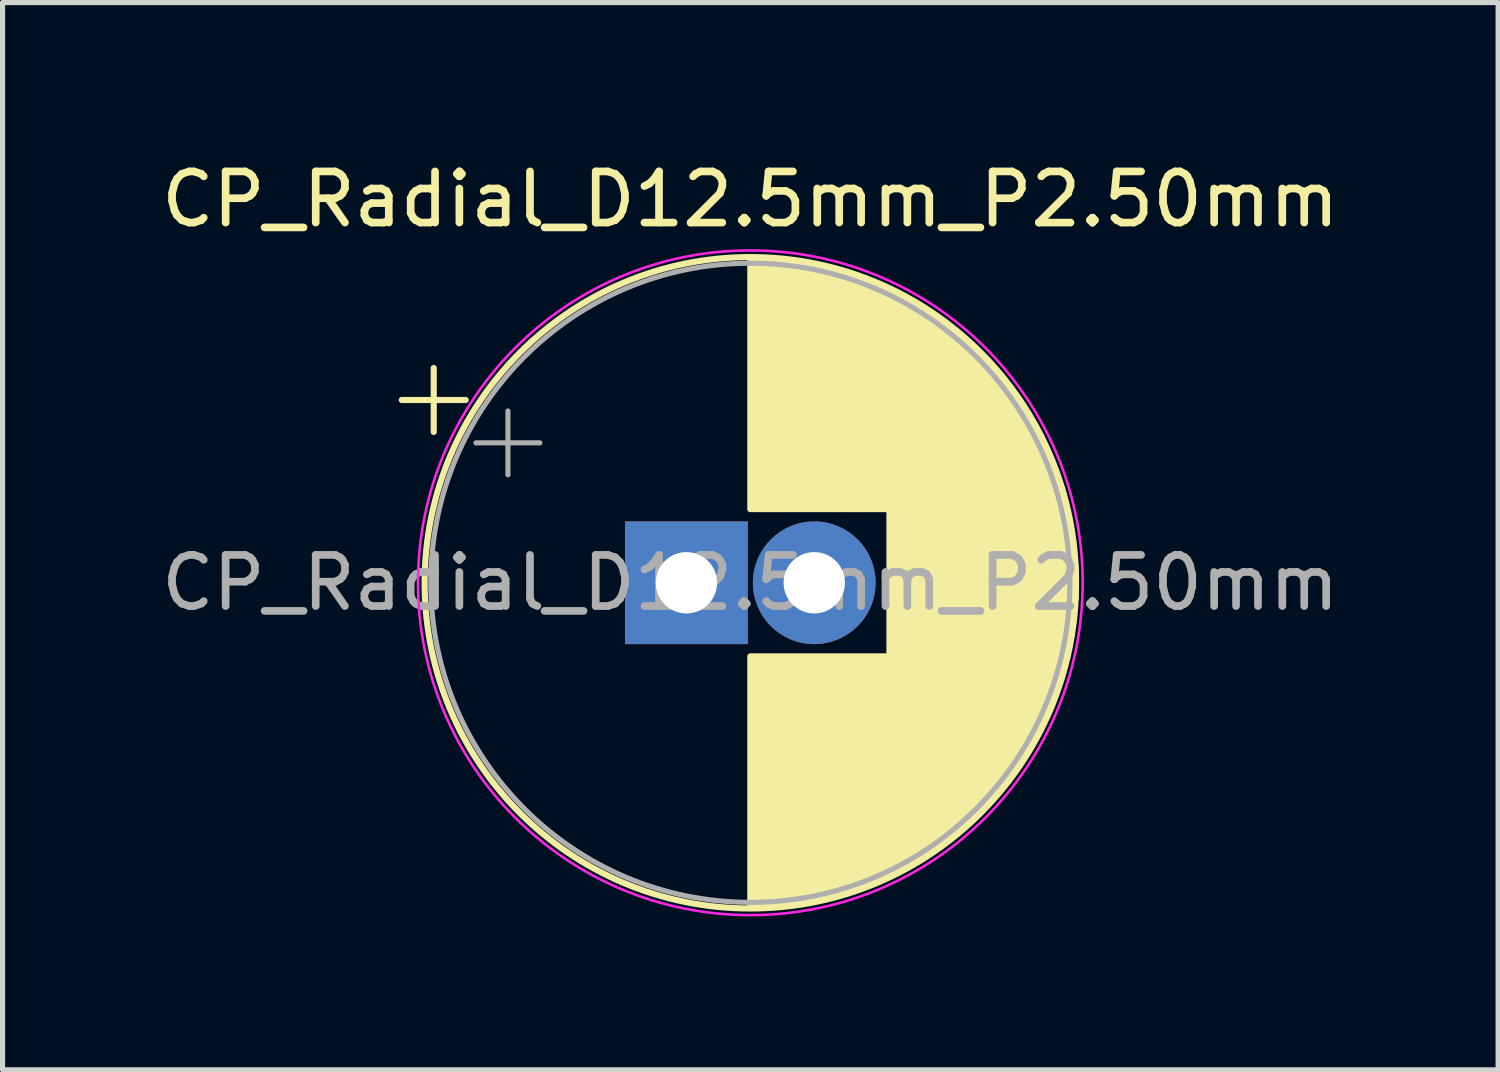
<source format=kicad_pcb>
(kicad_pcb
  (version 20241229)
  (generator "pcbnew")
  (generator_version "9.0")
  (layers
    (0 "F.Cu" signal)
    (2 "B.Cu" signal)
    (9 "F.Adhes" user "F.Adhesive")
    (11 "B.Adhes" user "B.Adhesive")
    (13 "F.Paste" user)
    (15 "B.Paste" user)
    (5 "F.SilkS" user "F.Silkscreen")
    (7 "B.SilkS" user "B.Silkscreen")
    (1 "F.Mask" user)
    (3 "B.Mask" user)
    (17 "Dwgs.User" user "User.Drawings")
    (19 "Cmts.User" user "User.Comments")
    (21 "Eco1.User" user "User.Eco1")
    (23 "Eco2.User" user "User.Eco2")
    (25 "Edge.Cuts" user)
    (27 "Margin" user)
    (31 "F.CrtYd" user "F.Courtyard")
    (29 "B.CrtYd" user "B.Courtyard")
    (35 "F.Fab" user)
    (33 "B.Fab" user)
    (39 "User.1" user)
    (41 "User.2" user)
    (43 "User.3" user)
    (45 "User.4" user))
  (footprint "CP_Radial_D12.5mm_P2.50mm"
    (layer "F.Cu")
    (at 10.375 8.348)
    (property "Reference" "CP_Radial_D12.5mm_P2.50mm" (at 1.25 -7.5 0) (layer "F.SilkS") (effects (font (size 1 1) (thickness 0.15))))
    (attr through_hole)
    (fp_line (start -5.567 -3.575) (end -4.317 -3.575) (stroke (width 0.12) (type solid)) (layer "F.SilkS"))
    (fp_line (start -4.942 -4.2) (end -4.942 -2.95) (stroke (width 0.12) (type solid)) (layer "F.SilkS"))
    (fp_line (start 1.25 -6.33) (end 1.25 -1.44) (stroke (width 0.12) (type solid)) (layer "F.SilkS"))
    (fp_line (start 1.25 1.44) (end 1.25 6.33) (stroke (width 0.12) (type solid)) (layer "F.SilkS"))
    (fp_line (start 1.29 -6.33) (end 1.29 -1.44) (stroke (width 0.12) (type solid)) (layer "F.SilkS"))
    (fp_line (start 1.29 1.44) (end 1.29 6.33) (stroke (width 0.12) (type solid)) (layer "F.SilkS"))
    (fp_line (start 1.33 -6.33) (end 1.33 -1.44) (stroke (width 0.12) (type solid)) (layer "F.SilkS"))
    (fp_line (start 1.33 1.44) (end 1.33 6.33) (stroke (width 0.12) (type solid)) (layer "F.SilkS"))
    (fp_line (start 1.37 -6.329) (end 1.37 -1.44) (stroke (width 0.12) (type solid)) (layer "F.SilkS"))
    (fp_line (start 1.37 1.44) (end 1.37 6.329) (stroke (width 0.12) (type solid)) (layer "F.SilkS"))
    (fp_line (start 1.41 -6.328) (end 1.41 -1.44) (stroke (width 0.12) (type solid)) (layer "F.SilkS"))
    (fp_line (start 1.41 1.44) (end 1.41 6.328) (stroke (width 0.12) (type solid)) (layer "F.SilkS"))
    (fp_line (start 1.45 -6.327) (end 1.45 -1.44) (stroke (width 0.12) (type solid)) (layer "F.SilkS"))
    (fp_line (start 1.45 1.44) (end 1.45 6.327) (stroke (width 0.12) (type solid)) (layer "F.SilkS"))
    (fp_line (start 1.49 -6.326) (end 1.49 -1.44) (stroke (width 0.12) (type solid)) (layer "F.SilkS"))
    (fp_line (start 1.49 1.44) (end 1.49 6.326) (stroke (width 0.12) (type solid)) (layer "F.SilkS"))
    (fp_line (start 1.53 -6.324) (end 1.53 -1.44) (stroke (width 0.12) (type solid)) (layer "F.SilkS"))
    (fp_line (start 1.53 1.44) (end 1.53 6.324) (stroke (width 0.12) (type solid)) (layer "F.SilkS"))
    (fp_line (start 1.57 -6.322) (end 1.57 -1.44) (stroke (width 0.12) (type solid)) (layer "F.SilkS"))
    (fp_line (start 1.57 1.44) (end 1.57 6.322) (stroke (width 0.12) (type solid)) (layer "F.SilkS"))
    (fp_line (start 1.61 -6.32) (end 1.61 -1.44) (stroke (width 0.12) (type solid)) (layer "F.SilkS"))
    (fp_line (start 1.61 1.44) (end 1.61 6.32) (stroke (width 0.12) (type solid)) (layer "F.SilkS"))
    (fp_line (start 1.65 -6.318) (end 1.65 -1.44) (stroke (width 0.12) (type solid)) (layer "F.SilkS"))
    (fp_line (start 1.65 1.44) (end 1.65 6.318) (stroke (width 0.12) (type solid)) (layer "F.SilkS"))
    (fp_line (start 1.69 -6.315) (end 1.69 -1.44) (stroke (width 0.12) (type solid)) (layer "F.SilkS"))
    (fp_line (start 1.69 1.44) (end 1.69 6.315) (stroke (width 0.12) (type solid)) (layer "F.SilkS"))
    (fp_line (start 1.73 -6.312) (end 1.73 -1.44) (stroke (width 0.12) (type solid)) (layer "F.SilkS"))
    (fp_line (start 1.73 1.44) (end 1.73 6.312) (stroke (width 0.12) (type solid)) (layer "F.SilkS"))
    (fp_line (start 1.77 -6.309) (end 1.77 -1.44) (stroke (width 0.12) (type solid)) (layer "F.SilkS"))
    (fp_line (start 1.77 1.44) (end 1.77 6.309) (stroke (width 0.12) (type solid)) (layer "F.SilkS"))
    (fp_line (start 1.81 -6.306) (end 1.81 -1.44) (stroke (width 0.12) (type solid)) (layer "F.SilkS"))
    (fp_line (start 1.81 1.44) (end 1.81 6.306) (stroke (width 0.12) (type solid)) (layer "F.SilkS"))
    (fp_line (start 1.85 -6.302) (end 1.85 -1.44) (stroke (width 0.12) (type solid)) (layer "F.SilkS"))
    (fp_line (start 1.85 1.44) (end 1.85 6.302) (stroke (width 0.12) (type solid)) (layer "F.SilkS"))
    (fp_line (start 1.89 -6.298) (end 1.89 -1.44) (stroke (width 0.12) (type solid)) (layer "F.SilkS"))
    (fp_line (start 1.89 1.44) (end 1.89 6.298) (stroke (width 0.12) (type solid)) (layer "F.SilkS"))
    (fp_line (start 1.93 -6.294) (end 1.93 -1.44) (stroke (width 0.12) (type solid)) (layer "F.SilkS"))
    (fp_line (start 1.93 1.44) (end 1.93 6.294) (stroke (width 0.12) (type solid)) (layer "F.SilkS"))
    (fp_line (start 1.971 -6.29) (end 1.971 -1.44) (stroke (width 0.12) (type solid)) (layer "F.SilkS"))
    (fp_line (start 1.971 1.44) (end 1.971 6.29) (stroke (width 0.12) (type solid)) (layer "F.SilkS"))
    (fp_line (start 2.011 -6.285) (end 2.011 -1.44) (stroke (width 0.12) (type solid)) (layer "F.SilkS"))
    (fp_line (start 2.011 1.44) (end 2.011 6.285) (stroke (width 0.12) (type solid)) (layer "F.SilkS"))
    (fp_line (start 2.051 -6.28) (end 2.051 -1.44) (stroke (width 0.12) (type solid)) (layer "F.SilkS"))
    (fp_line (start 2.051 1.44) (end 2.051 6.28) (stroke (width 0.12) (type solid)) (layer "F.SilkS"))
    (fp_line (start 2.091 -6.275) (end 2.091 -1.44) (stroke (width 0.12) (type solid)) (layer "F.SilkS"))
    (fp_line (start 2.091 1.44) (end 2.091 6.275) (stroke (width 0.12) (type solid)) (layer "F.SilkS"))
    (fp_line (start 2.131 -6.269) (end 2.131 -1.44) (stroke (width 0.12) (type solid)) (layer "F.SilkS"))
    (fp_line (start 2.131 1.44) (end 2.131 6.269) (stroke (width 0.12) (type solid)) (layer "F.SilkS"))
    (fp_line (start 2.171 -6.264) (end 2.171 -1.44) (stroke (width 0.12) (type solid)) (layer "F.SilkS"))
    (fp_line (start 2.171 1.44) (end 2.171 6.264) (stroke (width 0.12) (type solid)) (layer "F.SilkS"))
    (fp_line (start 2.211 -6.258) (end 2.211 -1.44) (stroke (width 0.12) (type solid)) (layer "F.SilkS"))
    (fp_line (start 2.211 1.44) (end 2.211 6.258) (stroke (width 0.12) (type solid)) (layer "F.SilkS"))
    (fp_line (start 2.251 -6.252) (end 2.251 -1.44) (stroke (width 0.12) (type solid)) (layer "F.SilkS"))
    (fp_line (start 2.251 1.44) (end 2.251 6.252) (stroke (width 0.12) (type solid)) (layer "F.SilkS"))
    (fp_line (start 2.291 -6.245) (end 2.291 -1.44) (stroke (width 0.12) (type solid)) (layer "F.SilkS"))
    (fp_line (start 2.291 1.44) (end 2.291 6.245) (stroke (width 0.12) (type solid)) (layer "F.SilkS"))
    (fp_line (start 2.331 -6.238) (end 2.331 -1.44) (stroke (width 0.12) (type solid)) (layer "F.SilkS"))
    (fp_line (start 2.331 1.44) (end 2.331 6.238) (stroke (width 0.12) (type solid)) (layer "F.SilkS"))
    (fp_line (start 2.371 -6.231) (end 2.371 -1.44) (stroke (width 0.12) (type solid)) (layer "F.SilkS"))
    (fp_line (start 2.371 1.44) (end 2.371 6.231) (stroke (width 0.12) (type solid)) (layer "F.SilkS"))
    (fp_line (start 2.411 -6.224) (end 2.411 -1.44) (stroke (width 0.12) (type solid)) (layer "F.SilkS"))
    (fp_line (start 2.411 1.44) (end 2.411 6.224) (stroke (width 0.12) (type solid)) (layer "F.SilkS"))
    (fp_line (start 2.451 -6.216) (end 2.451 -1.44) (stroke (width 0.12) (type solid)) (layer "F.SilkS"))
    (fp_line (start 2.451 1.44) (end 2.451 6.216) (stroke (width 0.12) (type solid)) (layer "F.SilkS"))
    (fp_line (start 2.491 -6.209) (end 2.491 -1.44) (stroke (width 0.12) (type solid)) (layer "F.SilkS"))
    (fp_line (start 2.491 1.44) (end 2.491 6.209) (stroke (width 0.12) (type solid)) (layer "F.SilkS"))
    (fp_line (start 2.531 -6.201) (end 2.531 -1.44) (stroke (width 0.12) (type solid)) (layer "F.SilkS"))
    (fp_line (start 2.531 1.44) (end 2.531 6.201) (stroke (width 0.12) (type solid)) (layer "F.SilkS"))
    (fp_line (start 2.571 -6.192) (end 2.571 -1.44) (stroke (width 0.12) (type solid)) (layer "F.SilkS"))
    (fp_line (start 2.571 1.44) (end 2.571 6.192) (stroke (width 0.12) (type solid)) (layer "F.SilkS"))
    (fp_line (start 2.611 -6.184) (end 2.611 -1.44) (stroke (width 0.12) (type solid)) (layer "F.SilkS"))
    (fp_line (start 2.611 1.44) (end 2.611 6.184) (stroke (width 0.12) (type solid)) (layer "F.SilkS"))
    (fp_line (start 2.651 -6.175) (end 2.651 -1.44) (stroke (width 0.12) (type solid)) (layer "F.SilkS"))
    (fp_line (start 2.651 1.44) (end 2.651 6.175) (stroke (width 0.12) (type solid)) (layer "F.SilkS"))
    (fp_line (start 2.691 -6.166) (end 2.691 -1.44) (stroke (width 0.12) (type solid)) (layer "F.SilkS"))
    (fp_line (start 2.691 1.44) (end 2.691 6.166) (stroke (width 0.12) (type solid)) (layer "F.SilkS"))
    (fp_line (start 2.731 -6.156) (end 2.731 -1.44) (stroke (width 0.12) (type solid)) (layer "F.SilkS"))
    (fp_line (start 2.731 1.44) (end 2.731 6.156) (stroke (width 0.12) (type solid)) (layer "F.SilkS"))
    (fp_line (start 2.771 -6.146) (end 2.771 -1.44) (stroke (width 0.12) (type solid)) (layer "F.SilkS"))
    (fp_line (start 2.771 1.44) (end 2.771 6.146) (stroke (width 0.12) (type solid)) (layer "F.SilkS"))
    (fp_line (start 2.811 -6.137) (end 2.811 -1.44) (stroke (width 0.12) (type solid)) (layer "F.SilkS"))
    (fp_line (start 2.811 1.44) (end 2.811 6.137) (stroke (width 0.12) (type solid)) (layer "F.SilkS"))
    (fp_line (start 2.851 -6.126) (end 2.851 -1.44) (stroke (width 0.12) (type solid)) (layer "F.SilkS"))
    (fp_line (start 2.851 1.44) (end 2.851 6.126) (stroke (width 0.12) (type solid)) (layer "F.SilkS"))
    (fp_line (start 2.891 -6.116) (end 2.891 -1.44) (stroke (width 0.12) (type solid)) (layer "F.SilkS"))
    (fp_line (start 2.891 1.44) (end 2.891 6.116) (stroke (width 0.12) (type solid)) (layer "F.SilkS"))
    (fp_line (start 2.931 -6.105) (end 2.931 -1.44) (stroke (width 0.12) (type solid)) (layer "F.SilkS"))
    (fp_line (start 2.931 1.44) (end 2.931 6.105) (stroke (width 0.12) (type solid)) (layer "F.SilkS"))
    (fp_line (start 2.971 -6.094) (end 2.971 -1.44) (stroke (width 0.12) (type solid)) (layer "F.SilkS"))
    (fp_line (start 2.971 1.44) (end 2.971 6.094) (stroke (width 0.12) (type solid)) (layer "F.SilkS"))
    (fp_line (start 3.011 -6.083) (end 3.011 -1.44) (stroke (width 0.12) (type solid)) (layer "F.SilkS"))
    (fp_line (start 3.011 1.44) (end 3.011 6.083) (stroke (width 0.12) (type solid)) (layer "F.SilkS"))
    (fp_line (start 3.051 -6.071) (end 3.051 -1.44) (stroke (width 0.12) (type solid)) (layer "F.SilkS"))
    (fp_line (start 3.051 1.44) (end 3.051 6.071) (stroke (width 0.12) (type solid)) (layer "F.SilkS"))
    (fp_line (start 3.091 -6.059) (end 3.091 -1.44) (stroke (width 0.12) (type solid)) (layer "F.SilkS"))
    (fp_line (start 3.091 1.44) (end 3.091 6.059) (stroke (width 0.12) (type solid)) (layer "F.SilkS"))
    (fp_line (start 3.131 -6.047) (end 3.131 -1.44) (stroke (width 0.12) (type solid)) (layer "F.SilkS"))
    (fp_line (start 3.131 1.44) (end 3.131 6.047) (stroke (width 0.12) (type solid)) (layer "F.SilkS"))
    (fp_line (start 3.171 -6.034) (end 3.171 -1.44) (stroke (width 0.12) (type solid)) (layer "F.SilkS"))
    (fp_line (start 3.171 1.44) (end 3.171 6.034) (stroke (width 0.12) (type solid)) (layer "F.SilkS"))
    (fp_line (start 3.211 -6.021) (end 3.211 -1.44) (stroke (width 0.12) (type solid)) (layer "F.SilkS"))
    (fp_line (start 3.211 1.44) (end 3.211 6.021) (stroke (width 0.12) (type solid)) (layer "F.SilkS"))
    (fp_line (start 3.251 -6.008) (end 3.251 -1.44) (stroke (width 0.12) (type solid)) (layer "F.SilkS"))
    (fp_line (start 3.251 1.44) (end 3.251 6.008) (stroke (width 0.12) (type solid)) (layer "F.SilkS"))
    (fp_line (start 3.291 -5.995) (end 3.291 -1.44) (stroke (width 0.12) (type solid)) (layer "F.SilkS"))
    (fp_line (start 3.291 1.44) (end 3.291 5.995) (stroke (width 0.12) (type solid)) (layer "F.SilkS"))
    (fp_line (start 3.331 -5.981) (end 3.331 -1.44) (stroke (width 0.12) (type solid)) (layer "F.SilkS"))
    (fp_line (start 3.331 1.44) (end 3.331 5.981) (stroke (width 0.12) (type solid)) (layer "F.SilkS"))
    (fp_line (start 3.371 -5.967) (end 3.371 -1.44) (stroke (width 0.12) (type solid)) (layer "F.SilkS"))
    (fp_line (start 3.371 1.44) (end 3.371 5.967) (stroke (width 0.12) (type solid)) (layer "F.SilkS"))
    (fp_line (start 3.411 -5.953) (end 3.411 -1.44) (stroke (width 0.12) (type solid)) (layer "F.SilkS"))
    (fp_line (start 3.411 1.44) (end 3.411 5.953) (stroke (width 0.12) (type solid)) (layer "F.SilkS"))
    (fp_line (start 3.451 -5.939) (end 3.451 -1.44) (stroke (width 0.12) (type solid)) (layer "F.SilkS"))
    (fp_line (start 3.451 1.44) (end 3.451 5.939) (stroke (width 0.12) (type solid)) (layer "F.SilkS"))
    (fp_line (start 3.491 -5.924) (end 3.491 -1.44) (stroke (width 0.12) (type solid)) (layer "F.SilkS"))
    (fp_line (start 3.491 1.44) (end 3.491 5.924) (stroke (width 0.12) (type solid)) (layer "F.SilkS"))
    (fp_line (start 3.531 -5.908) (end 3.531 -1.44) (stroke (width 0.12) (type solid)) (layer "F.SilkS"))
    (fp_line (start 3.531 1.44) (end 3.531 5.908) (stroke (width 0.12) (type solid)) (layer "F.SilkS"))
    (fp_line (start 3.571 -5.893) (end 3.571 -1.44) (stroke (width 0.12) (type solid)) (layer "F.SilkS"))
    (fp_line (start 3.571 1.44) (end 3.571 5.893) (stroke (width 0.12) (type solid)) (layer "F.SilkS"))
    (fp_line (start 3.611 -5.877) (end 3.611 -1.44) (stroke (width 0.12) (type solid)) (layer "F.SilkS"))
    (fp_line (start 3.611 1.44) (end 3.611 5.877) (stroke (width 0.12) (type solid)) (layer "F.SilkS"))
    (fp_line (start 3.651 -5.861) (end 3.651 -1.44) (stroke (width 0.12) (type solid)) (layer "F.SilkS"))
    (fp_line (start 3.651 1.44) (end 3.651 5.861) (stroke (width 0.12) (type solid)) (layer "F.SilkS"))
    (fp_line (start 3.691 -5.845) (end 3.691 -1.44) (stroke (width 0.12) (type solid)) (layer "F.SilkS"))
    (fp_line (start 3.691 1.44) (end 3.691 5.845) (stroke (width 0.12) (type solid)) (layer "F.SilkS"))
    (fp_line (start 3.731 -5.828) (end 3.731 -1.44) (stroke (width 0.12) (type solid)) (layer "F.SilkS"))
    (fp_line (start 3.731 1.44) (end 3.731 5.828) (stroke (width 0.12) (type solid)) (layer "F.SilkS"))
    (fp_line (start 3.771 -5.811) (end 3.771 -1.44) (stroke (width 0.12) (type solid)) (layer "F.SilkS"))
    (fp_line (start 3.771 1.44) (end 3.771 5.811) (stroke (width 0.12) (type solid)) (layer "F.SilkS"))
    (fp_line (start 3.811 -5.793) (end 3.811 -1.44) (stroke (width 0.12) (type solid)) (layer "F.SilkS"))
    (fp_line (start 3.811 1.44) (end 3.811 5.793) (stroke (width 0.12) (type solid)) (layer "F.SilkS"))
    (fp_line (start 3.851 -5.776) (end 3.851 -1.44) (stroke (width 0.12) (type solid)) (layer "F.SilkS"))
    (fp_line (start 3.851 1.44) (end 3.851 5.776) (stroke (width 0.12) (type solid)) (layer "F.SilkS"))
    (fp_line (start 3.891 -5.758) (end 3.891 -1.44) (stroke (width 0.12) (type solid)) (layer "F.SilkS"))
    (fp_line (start 3.891 1.44) (end 3.891 5.758) (stroke (width 0.12) (type solid)) (layer "F.SilkS"))
    (fp_line (start 3.931 -5.739) (end 3.931 -1.44) (stroke (width 0.12) (type solid)) (layer "F.SilkS"))
    (fp_line (start 3.931 1.44) (end 3.931 5.739) (stroke (width 0.12) (type solid)) (layer "F.SilkS"))
    (fp_line (start 3.971 -5.721) (end 3.971 5.721) (stroke (width 0.12) (type solid)) (layer "F.SilkS"))
    (fp_line (start 4.011 -5.702) (end 4.011 5.702) (stroke (width 0.12) (type solid)) (layer "F.SilkS"))
    (fp_line (start 4.051 -5.682) (end 4.051 5.682) (stroke (width 0.12) (type solid)) (layer "F.SilkS"))
    (fp_line (start 4.091 -5.662) (end 4.091 5.662) (stroke (width 0.12) (type solid)) (layer "F.SilkS"))
    (fp_line (start 4.131 -5.642) (end 4.131 5.642) (stroke (width 0.12) (type solid)) (layer "F.SilkS"))
    (fp_line (start 4.171 -5.622) (end 4.171 5.622) (stroke (width 0.12) (type solid)) (layer "F.SilkS"))
    (fp_line (start 4.211 -5.601) (end 4.211 5.601) (stroke (width 0.12) (type solid)) (layer "F.SilkS"))
    (fp_line (start 4.251 -5.58) (end 4.251 5.58) (stroke (width 0.12) (type solid)) (layer "F.SilkS"))
    (fp_line (start 4.291 -5.558) (end 4.291 5.558) (stroke (width 0.12) (type solid)) (layer "F.SilkS"))
    (fp_line (start 4.331 -5.536) (end 4.331 5.536) (stroke (width 0.12) (type solid)) (layer "F.SilkS"))
    (fp_line (start 4.371 -5.514) (end 4.371 5.514) (stroke (width 0.12) (type solid)) (layer "F.SilkS"))
    (fp_line (start 4.411 -5.491) (end 4.411 5.491) (stroke (width 0.12) (type solid)) (layer "F.SilkS"))
    (fp_line (start 4.451 -5.468) (end 4.451 5.468) (stroke (width 0.12) (type solid)) (layer "F.SilkS"))
    (fp_line (start 4.491 -5.445) (end 4.491 5.445) (stroke (width 0.12) (type solid)) (layer "F.SilkS"))
    (fp_line (start 4.531 -5.421) (end 4.531 5.421) (stroke (width 0.12) (type solid)) (layer "F.SilkS"))
    (fp_line (start 4.571 -5.397) (end 4.571 5.397) (stroke (width 0.12) (type solid)) (layer "F.SilkS"))
    (fp_line (start 4.611 -5.372) (end 4.611 5.372) (stroke (width 0.12) (type solid)) (layer "F.SilkS"))
    (fp_line (start 4.651 -5.347) (end 4.651 5.347) (stroke (width 0.12) (type solid)) (layer "F.SilkS"))
    (fp_line (start 4.691 -5.322) (end 4.691 5.322) (stroke (width 0.12) (type solid)) (layer "F.SilkS"))
    (fp_line (start 4.731 -5.296) (end 4.731 5.296) (stroke (width 0.12) (type solid)) (layer "F.SilkS"))
    (fp_line (start 4.771 -5.27) (end 4.771 5.27) (stroke (width 0.12) (type solid)) (layer "F.SilkS"))
    (fp_line (start 4.811 -5.243) (end 4.811 5.243) (stroke (width 0.12) (type solid)) (layer "F.SilkS"))
    (fp_line (start 4.851 -5.216) (end 4.851 5.216) (stroke (width 0.12) (type solid)) (layer "F.SilkS"))
    (fp_line (start 4.891 -5.188) (end 4.891 5.188) (stroke (width 0.12) (type solid)) (layer "F.SilkS"))
    (fp_line (start 4.931 -5.16) (end 4.931 5.16) (stroke (width 0.12) (type solid)) (layer "F.SilkS"))
    (fp_line (start 4.971 -5.131) (end 4.971 5.131) (stroke (width 0.12) (type solid)) (layer "F.SilkS"))
    (fp_line (start 5.011 -5.102) (end 5.011 5.102) (stroke (width 0.12) (type solid)) (layer "F.SilkS"))
    (fp_line (start 5.051 -5.073) (end 5.051 5.073) (stroke (width 0.12) (type solid)) (layer "F.SilkS"))
    (fp_line (start 5.091 -5.043) (end 5.091 5.043) (stroke (width 0.12) (type solid)) (layer "F.SilkS"))
    (fp_line (start 5.131 -5.012) (end 5.131 5.012) (stroke (width 0.12) (type solid)) (layer "F.SilkS"))
    (fp_line (start 5.171 -4.982) (end 5.171 4.982) (stroke (width 0.12) (type solid)) (layer "F.SilkS"))
    (fp_line (start 5.211 -4.95) (end 5.211 4.95) (stroke (width 0.12) (type solid)) (layer "F.SilkS"))
    (fp_line (start 5.251 -4.918) (end 5.251 4.918) (stroke (width 0.12) (type solid)) (layer "F.SilkS"))
    (fp_line (start 5.291 -4.885) (end 5.291 4.885) (stroke (width 0.12) (type solid)) (layer "F.SilkS"))
    (fp_line (start 5.331 -4.852) (end 5.331 4.852) (stroke (width 0.12) (type solid)) (layer "F.SilkS"))
    (fp_line (start 5.371 -4.819) (end 5.371 4.819) (stroke (width 0.12) (type solid)) (layer "F.SilkS"))
    (fp_line (start 5.411 -4.785) (end 5.411 4.785) (stroke (width 0.12) (type solid)) (layer "F.SilkS"))
    (fp_line (start 5.451 -4.75) (end 5.451 4.75) (stroke (width 0.12) (type solid)) (layer "F.SilkS"))
    (fp_line (start 5.491 -4.714) (end 5.491 4.714) (stroke (width 0.12) (type solid)) (layer "F.SilkS"))
    (fp_line (start 5.531 -4.678) (end 5.531 4.678) (stroke (width 0.12) (type solid)) (layer "F.SilkS"))
    (fp_line (start 5.571 -4.642) (end 5.571 4.642) (stroke (width 0.12) (type solid)) (layer "F.SilkS"))
    (fp_line (start 5.611 -4.605) (end 5.611 4.605) (stroke (width 0.12) (type solid)) (layer "F.SilkS"))
    (fp_line (start 5.651 -4.567) (end 5.651 4.567) (stroke (width 0.12) (type solid)) (layer "F.SilkS"))
    (fp_line (start 5.691 -4.528) (end 5.691 4.528) (stroke (width 0.12) (type solid)) (layer "F.SilkS"))
    (fp_line (start 5.731 -4.489) (end 5.731 4.489) (stroke (width 0.12) (type solid)) (layer "F.SilkS"))
    (fp_line (start 5.771 -4.449) (end 5.771 4.449) (stroke (width 0.12) (type solid)) (layer "F.SilkS"))
    (fp_line (start 5.811 -4.408) (end 5.811 4.408) (stroke (width 0.12) (type solid)) (layer "F.SilkS"))
    (fp_line (start 5.851 -4.367) (end 5.851 4.367) (stroke (width 0.12) (type solid)) (layer "F.SilkS"))
    (fp_line (start 5.891 -4.325) (end 5.891 4.325) (stroke (width 0.12) (type solid)) (layer "F.SilkS"))
    (fp_line (start 5.931 -4.282) (end 5.931 4.282) (stroke (width 0.12) (type solid)) (layer "F.SilkS"))
    (fp_line (start 5.971 -4.238) (end 5.971 4.238) (stroke (width 0.12) (type solid)) (layer "F.SilkS"))
    (fp_line (start 6.011 -4.194) (end 6.011 4.194) (stroke (width 0.12) (type solid)) (layer "F.SilkS"))
    (fp_line (start 6.051 -4.148) (end 6.051 4.148) (stroke (width 0.12) (type solid)) (layer "F.SilkS"))
    (fp_line (start 6.091 -4.102) (end 6.091 4.102) (stroke (width 0.12) (type solid)) (layer "F.SilkS"))
    (fp_line (start 6.131 -4.055) (end 6.131 4.055) (stroke (width 0.12) (type solid)) (layer "F.SilkS"))
    (fp_line (start 6.171 -4.007) (end 6.171 4.007) (stroke (width 0.12) (type solid)) (layer "F.SilkS"))
    (fp_line (start 6.211 -3.957) (end 6.211 3.957) (stroke (width 0.12) (type solid)) (layer "F.SilkS"))
    (fp_line (start 6.251 -3.907) (end 6.251 3.907) (stroke (width 0.12) (type solid)) (layer "F.SilkS"))
    (fp_line (start 6.291 -3.856) (end 6.291 3.856) (stroke (width 0.12) (type solid)) (layer "F.SilkS"))
    (fp_line (start 6.331 -3.804) (end 6.331 3.804) (stroke (width 0.12) (type solid)) (layer "F.SilkS"))
    (fp_line (start 6.371 -3.75) (end 6.371 3.75) (stroke (width 0.12) (type solid)) (layer "F.SilkS"))
    (fp_line (start 6.411 -3.696) (end 6.411 3.696) (stroke (width 0.12) (type solid)) (layer "F.SilkS"))
    (fp_line (start 6.451 -3.64) (end 6.451 3.64) (stroke (width 0.12) (type solid)) (layer "F.SilkS"))
    (fp_line (start 6.491 -3.583) (end 6.491 3.583) (stroke (width 0.12) (type solid)) (layer "F.SilkS"))
    (fp_line (start 6.531 -3.524) (end 6.531 3.524) (stroke (width 0.12) (type solid)) (layer "F.SilkS"))
    (fp_line (start 6.571 -3.464) (end 6.571 3.464) (stroke (width 0.12) (type solid)) (layer "F.SilkS"))
    (fp_line (start 6.611 -3.402) (end 6.611 3.402) (stroke (width 0.12) (type solid)) (layer "F.SilkS"))
    (fp_line (start 6.651 -3.339) (end 6.651 3.339) (stroke (width 0.12) (type solid)) (layer "F.SilkS"))
    (fp_line (start 6.691 -3.275) (end 6.691 3.275) (stroke (width 0.12) (type solid)) (layer "F.SilkS"))
    (fp_line (start 6.731 -3.208) (end 6.731 3.208) (stroke (width 0.12) (type solid)) (layer "F.SilkS"))
    (fp_line (start 6.771 -3.14) (end 6.771 3.14) (stroke (width 0.12) (type solid)) (layer "F.SilkS"))
    (fp_line (start 6.811 -3.069) (end 6.811 3.069) (stroke (width 0.12) (type solid)) (layer "F.SilkS"))
    (fp_line (start 6.851 -2.996) (end 6.851 2.996) (stroke (width 0.12) (type solid)) (layer "F.SilkS"))
    (fp_line (start 6.891 -2.921) (end 6.891 2.921) (stroke (width 0.12) (type solid)) (layer "F.SilkS"))
    (fp_line (start 6.931 -2.844) (end 6.931 2.844) (stroke (width 0.12) (type solid)) (layer "F.SilkS"))
    (fp_line (start 6.971 -2.764) (end 6.971 2.764) (stroke (width 0.12) (type solid)) (layer "F.SilkS"))
    (fp_line (start 7.011 -2.681) (end 7.011 2.681) (stroke (width 0.12) (type solid)) (layer "F.SilkS"))
    (fp_line (start 7.051 -2.594) (end 7.051 2.594) (stroke (width 0.12) (type solid)) (layer "F.SilkS"))
    (fp_line (start 7.091 -2.504) (end 7.091 2.504) (stroke (width 0.12) (type solid)) (layer "F.SilkS"))
    (fp_line (start 7.131 -2.41) (end 7.131 2.41) (stroke (width 0.12) (type solid)) (layer "F.SilkS"))
    (fp_line (start 7.171 -2.312) (end 7.171 2.312) (stroke (width 0.12) (type solid)) (layer "F.SilkS"))
    (fp_line (start 7.211 -2.209) (end 7.211 2.209) (stroke (width 0.12) (type solid)) (layer "F.SilkS"))
    (fp_line (start 7.251 -2.1) (end 7.251 2.1) (stroke (width 0.12) (type solid)) (layer "F.SilkS"))
    (fp_line (start 7.291 -1.984) (end 7.291 1.984) (stroke (width 0.12) (type solid)) (layer "F.SilkS"))
    (fp_line (start 7.331 -1.861) (end 7.331 1.861) (stroke (width 0.12) (type solid)) (layer "F.SilkS"))
    (fp_line (start 7.371 -1.728) (end 7.371 1.728) (stroke (width 0.12) (type solid)) (layer "F.SilkS"))
    (fp_line (start 7.411 -1.583) (end 7.411 1.583) (stroke (width 0.12) (type solid)) (layer "F.SilkS"))
    (fp_line (start 7.451 -1.422) (end 7.451 1.422) (stroke (width 0.12) (type solid)) (layer "F.SilkS"))
    (fp_line (start 7.491 -1.241) (end 7.491 1.241) (stroke (width 0.12) (type solid)) (layer "F.SilkS"))
    (fp_line (start 7.531 -1.028) (end 7.531 1.028) (stroke (width 0.12) (type solid)) (layer "F.SilkS"))
    (fp_line (start 7.571 -0.757) (end 7.571 0.757) (stroke (width 0.12) (type solid)) (layer "F.SilkS"))
    (fp_line (start 7.611 -0.317) (end 7.611 0.317) (stroke (width 0.12) (type solid)) (layer "F.SilkS"))
    (fp_circle (center 1.25 0) (end 7.62 0) (stroke (width 0.12) (type solid)) (fill no) (layer "F.SilkS"))
    (fp_circle (center 1.25 0) (end 7.75 0) (stroke (width 0.05) (type solid)) (fill no) (layer "F.CrtYd"))
    (fp_line (start -4.116 -2.737) (end -2.866 -2.737) (stroke (width 0.1) (type solid)) (layer "F.Fab"))
    (fp_line (start -3.491 -3.362) (end -3.491 -2.112) (stroke (width 0.1) (type solid)) (layer "F.Fab"))
    (fp_circle (center 1.25 0) (end 7.5 0) (stroke (width 0.1) (type solid)) (fill no) (layer "F.Fab"))
    (fp_text user "${REFERENCE}" (at 1.25 0 0) (layer "F.Fab") (effects (font (size 1 1) (thickness 0.15))))
    (pad "1" thru_hole rect (at 0 0) (size 2.4 2.4) (drill 1.2) (layers "*.Cu" "*.Mask"))
    (pad "2" thru_hole circle (at 2.5 0) (size 2.4 2.4) (drill 1.2) (layers "*.Cu" "*.Mask")))
  (gr_rect
    (start -3 -3)
    (end 26.25 17.873)
    (stroke (width 0.1) (type default))
    (fill no)
    (layer "Edge.Cuts")))
</source>
